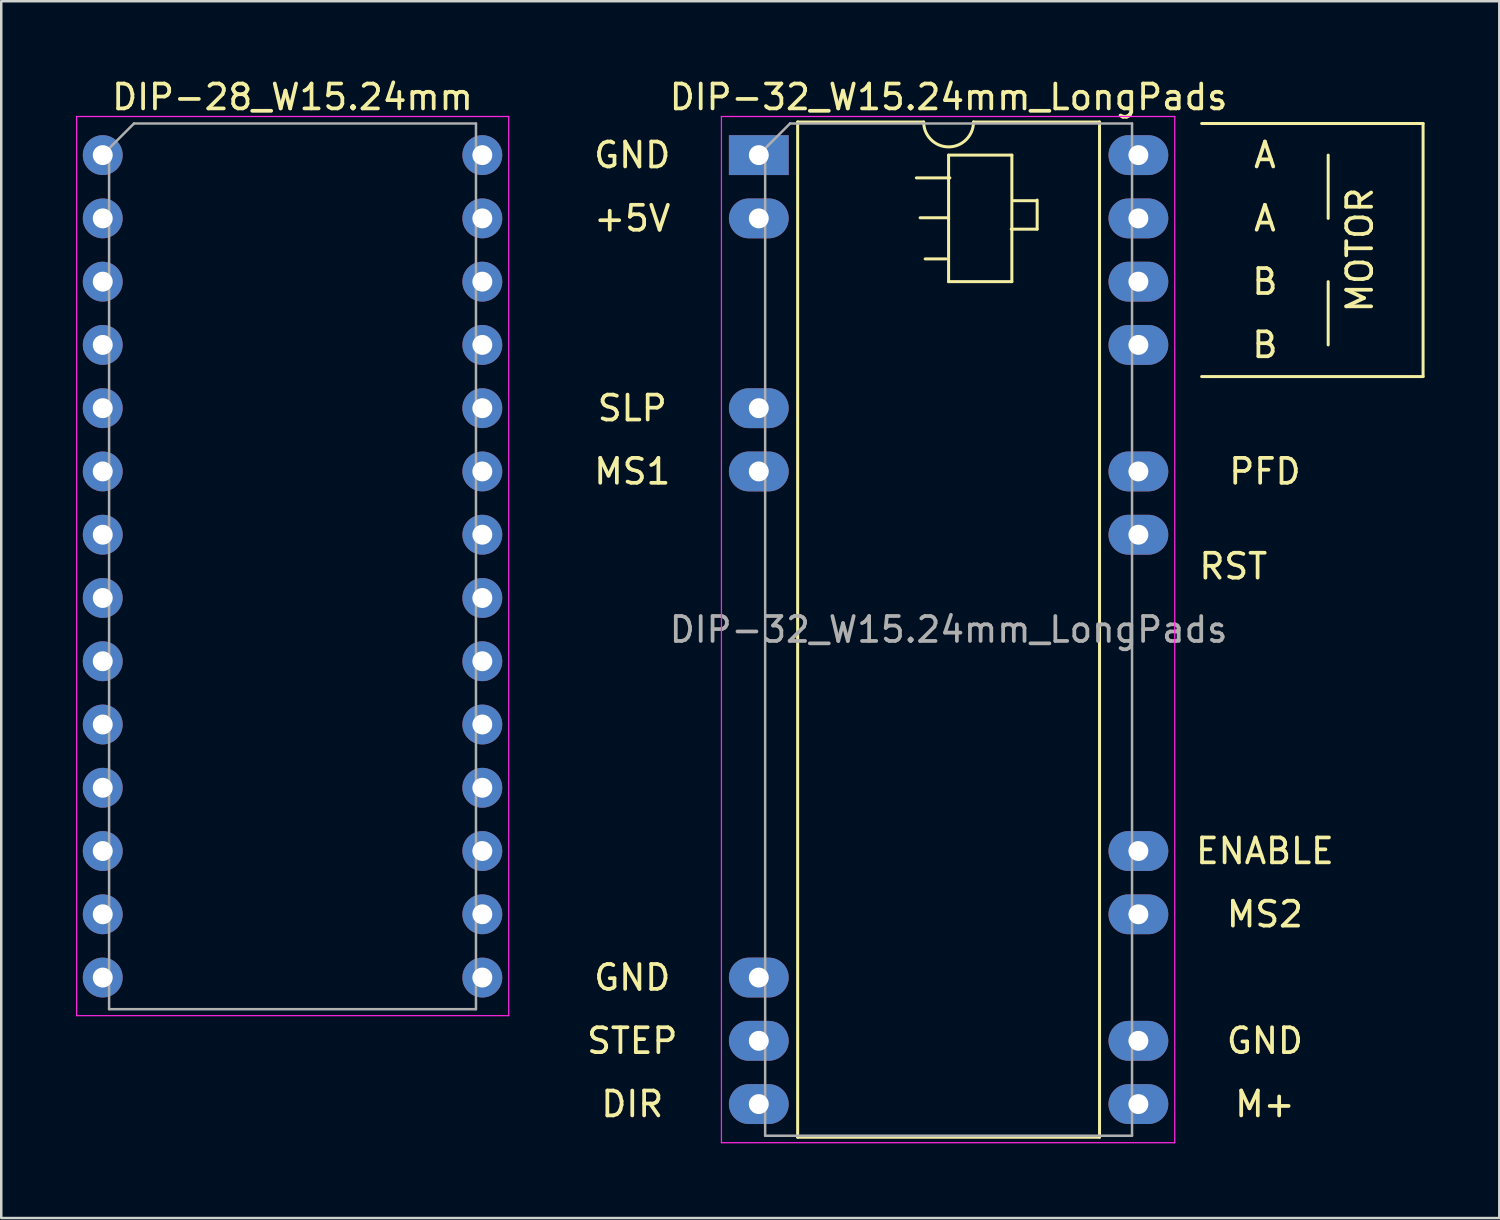
<source format=kicad_pcb>
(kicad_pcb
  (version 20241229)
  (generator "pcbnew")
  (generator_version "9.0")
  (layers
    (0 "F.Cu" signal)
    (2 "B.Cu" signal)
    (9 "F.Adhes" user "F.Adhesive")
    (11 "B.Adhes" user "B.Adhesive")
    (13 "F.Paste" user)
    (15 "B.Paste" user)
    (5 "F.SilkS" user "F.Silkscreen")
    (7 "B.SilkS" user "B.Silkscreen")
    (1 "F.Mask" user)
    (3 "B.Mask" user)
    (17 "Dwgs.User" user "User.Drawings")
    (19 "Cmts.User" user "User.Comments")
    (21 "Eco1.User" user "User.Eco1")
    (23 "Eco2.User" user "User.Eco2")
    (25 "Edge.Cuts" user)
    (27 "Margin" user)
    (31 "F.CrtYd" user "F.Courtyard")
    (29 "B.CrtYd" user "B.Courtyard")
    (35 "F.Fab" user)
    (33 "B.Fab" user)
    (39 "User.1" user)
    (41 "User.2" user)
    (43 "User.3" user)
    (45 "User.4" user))
  (footprint "DIP-32_W15.24mm_LongPads"
    (layer "F.Cu")
    (at 27.415 3.178)
    (property "Reference" "DIP-32_W15.24mm_LongPads" (at 7.62 -2.33 0) (layer "F.SilkS") (effects (font (size 1 1) (thickness 0.15))))
    (attr through_hole)
    (fp_line (start 1.56 -1.33) (end 1.56 39.43) (stroke (width 0.12) (type solid)) (layer "F.SilkS"))
    (fp_line (start 1.56 39.43) (end 13.68 39.43) (stroke (width 0.12) (type solid)) (layer "F.SilkS"))
    (fp_line (start 6.62 -1.33) (end 1.56 -1.33) (stroke (width 0.12) (type solid)) (layer "F.SilkS"))
    (fp_line (start 7.518 4.166) (end 6.68 4.166) (stroke (width 0.12) (type solid)) (layer "F.SilkS"))
    (fp_line (start 7.62 0) (end 7.62 2.54) (stroke (width 0.12) (type solid)) (layer "F.SilkS"))
    (fp_line (start 7.62 2.515) (end 6.477 2.515) (stroke (width 0.12) (type solid)) (layer "F.SilkS"))
    (fp_line (start 7.62 2.54) (end 7.62 5.08) (stroke (width 0.12) (type solid)) (layer "F.SilkS"))
    (fp_line (start 7.62 5.08) (end 10.16 5.08) (stroke (width 0.12) (type solid)) (layer "F.SilkS"))
    (fp_line (start 7.671 0.914) (end 6.325 0.914) (stroke (width 0.12) (type solid)) (layer "F.SilkS"))
    (fp_line (start 10.16 0) (end 7.62 0) (stroke (width 0.12) (type solid)) (layer "F.SilkS"))
    (fp_line (start 10.16 5.08) (end 10.16 0) (stroke (width 0.12) (type solid)) (layer "F.SilkS"))
    (fp_line (start 11.151 1.829) (end 10.236 1.829) (stroke (width 0.12) (type solid)) (layer "F.SilkS"))
    (fp_line (start 11.176 1.803) (end 11.176 2.972) (stroke (width 0.12) (type solid)) (layer "F.SilkS"))
    (fp_line (start 11.176 2.972) (end 10.135 2.972) (stroke (width 0.12) (type solid)) (layer "F.SilkS"))
    (fp_line (start 13.68 -1.33) (end 8.62 -1.33) (stroke (width 0.12) (type solid)) (layer "F.SilkS"))
    (fp_line (start 13.68 39.43) (end 13.68 -1.33) (stroke (width 0.12) (type solid)) (layer "F.SilkS"))
    (fp_line (start 17.78 -1.27) (end 26.67 -1.27) (stroke (width 0.12) (type solid)) (layer "F.SilkS"))
    (fp_line (start 22.86 0) (end 22.86 2.54) (stroke (width 0.12) (type solid)) (layer "F.SilkS"))
    (fp_line (start 22.86 5.08) (end 22.86 7.62) (stroke (width 0.12) (type solid)) (layer "F.SilkS"))
    (fp_line (start 26.67 -1.27) (end 26.67 8.89) (stroke (width 0.12) (type solid)) (layer "F.SilkS"))
    (fp_line (start 26.67 8.89) (end 17.78 8.89) (stroke (width 0.12) (type solid)) (layer "F.SilkS"))
    (fp_arc (start 8.62 -1.33) (mid 7.62 -0.33) (end 6.62 -1.33) (stroke (width 0.12) (type solid)) (layer "F.SilkS"))
    (fp_line (start -1.5 -1.55) (end -1.5 39.65) (stroke (width 0.05) (type solid)) (layer "F.CrtYd"))
    (fp_line (start -1.5 39.65) (end 16.7 39.65) (stroke (width 0.05) (type solid)) (layer "F.CrtYd"))
    (fp_line (start 16.7 -1.55) (end -1.5 -1.55) (stroke (width 0.05) (type solid)) (layer "F.CrtYd"))
    (fp_line (start 16.7 39.65) (end 16.7 -1.55) (stroke (width 0.05) (type solid)) (layer "F.CrtYd"))
    (fp_line (start 0.255 -0.27) (end 1.255 -1.27) (stroke (width 0.1) (type solid)) (layer "F.Fab"))
    (fp_line (start 0.255 39.37) (end 0.255 -0.27) (stroke (width 0.1) (type solid)) (layer "F.Fab"))
    (fp_line (start 1.255 -1.27) (end 14.985 -1.27) (stroke (width 0.1) (type solid)) (layer "F.Fab"))
    (fp_line (start 14.985 -1.27) (end 14.985 39.37) (stroke (width 0.1) (type solid)) (layer "F.Fab"))
    (fp_line (start 14.985 39.37) (end 0.255 39.37) (stroke (width 0.1) (type solid)) (layer "F.Fab"))
    (fp_text user "STEP" (at -5.08 35.56 0) (layer "F.SilkS") (effects (font (size 1 1) (thickness 0.15))))
    (fp_text user "MS1" (at -5.08 12.7 0) (layer "F.SilkS") (effects (font (size 1 1) (thickness 0.15))))
    (fp_text user "RST" (at 19.05 16.51 0) (layer "F.SilkS") (effects (font (size 1 1) (thickness 0.15))))
    (fp_text user "GND" (at 20.32 35.56 0) (layer "F.SilkS") (effects (font (size 1 1) (thickness 0.15))))
    (fp_text user "GND" (at -5.08 33.02 0) (layer "F.SilkS") (effects (font (size 1 1) (thickness 0.15))))
    (fp_text user "SLP" (at -5.08 10.16 0) (layer "F.SilkS") (effects (font (size 1 1) (thickness 0.15))))
    (fp_text user "MS2" (at 20.32 30.48 0) (layer "F.SilkS") (effects (font (size 1 1) (thickness 0.15))))
    (fp_text user "+5V" (at -5.08 2.54 0) (layer "F.SilkS") (effects (font (size 1 1) (thickness 0.15))))
    (fp_text user "A" (at 20.32 2.54 0) (layer "F.SilkS") (effects (font (size 1 1) (thickness 0.15))))
    (fp_text user "B" (at 20.32 5.08 0) (layer "F.SilkS") (effects (font (size 1 1) (thickness 0.15))))
    (fp_text user "PFD" (at 20.32 12.7 0) (layer "F.SilkS") (effects (font (size 1 1) (thickness 0.15))))
    (fp_text user "A" (at 20.32 0 0) (layer "F.SilkS") (effects (font (size 1 1) (thickness 0.15))))
    (fp_text user "MOTOR" (at 24.13 3.81 270) (layer "F.SilkS") (effects (font (size 1 1) (thickness 0.15))))
    (fp_text user "B" (at 20.32 7.62 0) (layer "F.SilkS") (effects (font (size 1 1) (thickness 0.15))))
    (fp_text user "ENABLE" (at 20.32 27.94 0) (layer "F.SilkS") (effects (font (size 1 1) (thickness 0.15))))
    (fp_text user "GND" (at -5.08 0 0) (layer "F.SilkS") (effects (font (size 1 1) (thickness 0.15))))
    (fp_text user "M+" (at 20.32 38.1 0) (layer "F.SilkS") (effects (font (size 1 1) (thickness 0.15))))
    (fp_text user "DIR" (at -5.08 38.1 0) (layer "F.SilkS") (effects (font (size 1 1) (thickness 0.15))))
    (fp_text user "${REFERENCE}" (at 7.62 19.05 0) (layer "F.Fab") (effects (font (size 1 1) (thickness 0.15))))
    (pad "1" thru_hole rect (at 0 0) (size 2.4 1.6) (drill 0.8) (layers "*.Cu" "*.Mask"))
    (pad "2" thru_hole oval (at 0 2.54) (size 2.4 1.6) (drill 0.8) (layers "*.Cu" "*.Mask"))
    (pad "5" thru_hole oval (at 0 10.16) (size 2.4 1.6) (drill 0.8) (layers "*.Cu" "*.Mask"))
    (pad "6" thru_hole oval (at 0 12.7) (size 2.4 1.6) (drill 0.8) (layers "*.Cu" "*.Mask"))
    (pad "14" thru_hole oval (at 0 33.02) (size 2.4 1.6) (drill 0.8) (layers "*.Cu" "*.Mask"))
    (pad "15" thru_hole oval (at 0 35.56) (size 2.4 1.6) (drill 0.8) (layers "*.Cu" "*.Mask"))
    (pad "16" thru_hole oval (at 0 38.1) (size 2.4 1.6) (drill 0.8) (layers "*.Cu" "*.Mask"))
    (pad "17" thru_hole oval (at 15.24 38.1) (size 2.4 1.6) (drill 0.8) (layers "*.Cu" "*.Mask"))
    (pad "18" thru_hole oval (at 15.24 35.56) (size 2.4 1.6) (drill 0.8) (layers "*.Cu" "*.Mask"))
    (pad "20" thru_hole oval (at 15.24 30.48) (size 2.4 1.6) (drill 0.8) (layers "*.Cu" "*.Mask"))
    (pad "21" thru_hole oval (at 15.24 27.94) (size 2.4 1.6) (drill 0.8) (layers "*.Cu" "*.Mask"))
    (pad "26" thru_hole oval (at 15.24 15.24) (size 2.4 1.6) (drill 0.8) (layers "*.Cu" "*.Mask"))
    (pad "27" thru_hole oval (at 15.24 12.7) (size 2.4 1.6) (drill 0.8) (layers "*.Cu" "*.Mask"))
    (pad "29" thru_hole oval (at 15.24 7.62) (size 2.4 1.6) (drill 0.8) (layers "*.Cu" "*.Mask"))
    (pad "30" thru_hole oval (at 15.24 5.08) (size 2.4 1.6) (drill 0.8) (layers "*.Cu" "*.Mask"))
    (pad "31" thru_hole oval (at 15.24 2.54) (size 2.4 1.6) (drill 0.8) (layers "*.Cu" "*.Mask"))
    (pad "32" thru_hole oval (at 15.24 0) (size 2.4 1.6) (drill 0.8) (layers "*.Cu" "*.Mask")))
  (footprint "DIP-28_W15.24mm"
    (layer "F.Cu")
    (at 1.075 3.178)
    (property "Reference" "DIP-28_W15.24mm" (at 7.62 -2.33 0) (layer "F.SilkS") (effects (font (size 1 1) (thickness 0.15))))
    (attr through_hole)
    (fp_line (start -1.05 -1.55) (end -1.05 34.55) (stroke (width 0.05) (type solid)) (layer "F.CrtYd"))
    (fp_line (start -1.05 34.55) (end 16.3 34.55) (stroke (width 0.05) (type solid)) (layer "F.CrtYd"))
    (fp_line (start 16.3 -1.55) (end -1.05 -1.55) (stroke (width 0.05) (type solid)) (layer "F.CrtYd"))
    (fp_line (start 16.3 34.55) (end 16.3 -1.55) (stroke (width 0.05) (type solid)) (layer "F.CrtYd"))
    (fp_line (start 0.255 -0.27) (end 1.255 -1.27) (stroke (width 0.1) (type solid)) (layer "F.Fab"))
    (fp_line (start 0.255 34.29) (end 0.255 -0.27) (stroke (width 0.1) (type solid)) (layer "F.Fab"))
    (fp_line (start 1.255 -1.27) (end 14.985 -1.27) (stroke (width 0.1) (type solid)) (layer "F.Fab"))
    (fp_line (start 14.985 -1.27) (end 14.985 34.29) (stroke (width 0.1) (type solid)) (layer "F.Fab"))
    (fp_line (start 14.985 34.29) (end 0.255 34.29) (stroke (width 0.1) (type solid)) (layer "F.Fab"))
    (pad "1" thru_hole circle (at 0 0) (size 1.6 1.6) (drill 0.8) (layers "*.Cu" "*.Mask"))
    (pad "2" thru_hole oval (at 0 2.54) (size 1.6 1.6) (drill 0.8) (layers "*.Cu" "*.Mask"))
    (pad "3" thru_hole oval (at 0 5.08) (size 1.6 1.6) (drill 0.8) (layers "*.Cu" "*.Mask"))
    (pad "4" thru_hole oval (at 0 7.62) (size 1.6 1.6) (drill 0.8) (layers "*.Cu" "*.Mask"))
    (pad "5" thru_hole oval (at 0 10.16) (size 1.6 1.6) (drill 0.8) (layers "*.Cu" "*.Mask"))
    (pad "6" thru_hole oval (at 0 12.7) (size 1.6 1.6) (drill 0.8) (layers "*.Cu" "*.Mask"))
    (pad "7" thru_hole oval (at 0 15.24) (size 1.6 1.6) (drill 0.8) (layers "*.Cu" "*.Mask"))
    (pad "8" thru_hole oval (at 0 17.78) (size 1.6 1.6) (drill 0.8) (layers "*.Cu" "*.Mask"))
    (pad "9" thru_hole oval (at 0 20.32) (size 1.6 1.6) (drill 0.8) (layers "*.Cu" "*.Mask"))
    (pad "10" thru_hole oval (at 0 22.86) (size 1.6 1.6) (drill 0.8) (layers "*.Cu" "*.Mask"))
    (pad "11" thru_hole oval (at 0 25.4) (size 1.6 1.6) (drill 0.8) (layers "*.Cu" "*.Mask"))
    (pad "12" thru_hole oval (at 0 27.94) (size 1.6 1.6) (drill 0.8) (layers "*.Cu" "*.Mask"))
    (pad "13" thru_hole oval (at 0 30.48) (size 1.6 1.6) (drill 0.8) (layers "*.Cu" "*.Mask"))
    (pad "14" thru_hole oval (at 0 33.02) (size 1.6 1.6) (drill 0.8) (layers "*.Cu" "*.Mask"))
    (pad "15" thru_hole oval (at 15.24 33.02) (size 1.6 1.6) (drill 0.8) (layers "*.Cu" "*.Mask"))
    (pad "16" thru_hole oval (at 15.24 30.48) (size 1.6 1.6) (drill 0.8) (layers "*.Cu" "*.Mask"))
    (pad "17" thru_hole oval (at 15.24 27.94) (size 1.6 1.6) (drill 0.8) (layers "*.Cu" "*.Mask"))
    (pad "18" thru_hole oval (at 15.24 25.4) (size 1.6 1.6) (drill 0.8) (layers "*.Cu" "*.Mask"))
    (pad "19" thru_hole oval (at 15.24 22.86) (size 1.6 1.6) (drill 0.8) (layers "*.Cu" "*.Mask"))
    (pad "20" thru_hole oval (at 15.24 20.32) (size 1.6 1.6) (drill 0.8) (layers "*.Cu" "*.Mask"))
    (pad "21" thru_hole oval (at 15.24 17.78) (size 1.6 1.6) (drill 0.8) (layers "*.Cu" "*.Mask"))
    (pad "22" thru_hole oval (at 15.24 15.24) (size 1.6 1.6) (drill 0.8) (layers "*.Cu" "*.Mask"))
    (pad "23" thru_hole oval (at 15.24 12.7) (size 1.6 1.6) (drill 0.8) (layers "*.Cu" "*.Mask"))
    (pad "24" thru_hole oval (at 15.24 10.16) (size 1.6 1.6) (drill 0.8) (layers "*.Cu" "*.Mask"))
    (pad "25" thru_hole oval (at 15.24 7.62) (size 1.6 1.6) (drill 0.8) (layers "*.Cu" "*.Mask"))
    (pad "26" thru_hole oval (at 15.24 5.08) (size 1.6 1.6) (drill 0.8) (layers "*.Cu" "*.Mask"))
    (pad "27" thru_hole oval (at 15.24 2.54) (size 1.6 1.6) (drill 0.8) (layers "*.Cu" "*.Mask"))
    (pad "28" thru_hole circle (at 15.24 0) (size 1.6 1.6) (drill 0.8) (layers "*.Cu" "*.Mask")))
  (gr_rect
    (start -3 -3)
    (end 57.145 45.853)
    (stroke (width 0.1) (type default))
    (fill no)
    (layer "Edge.Cuts")))
</source>
